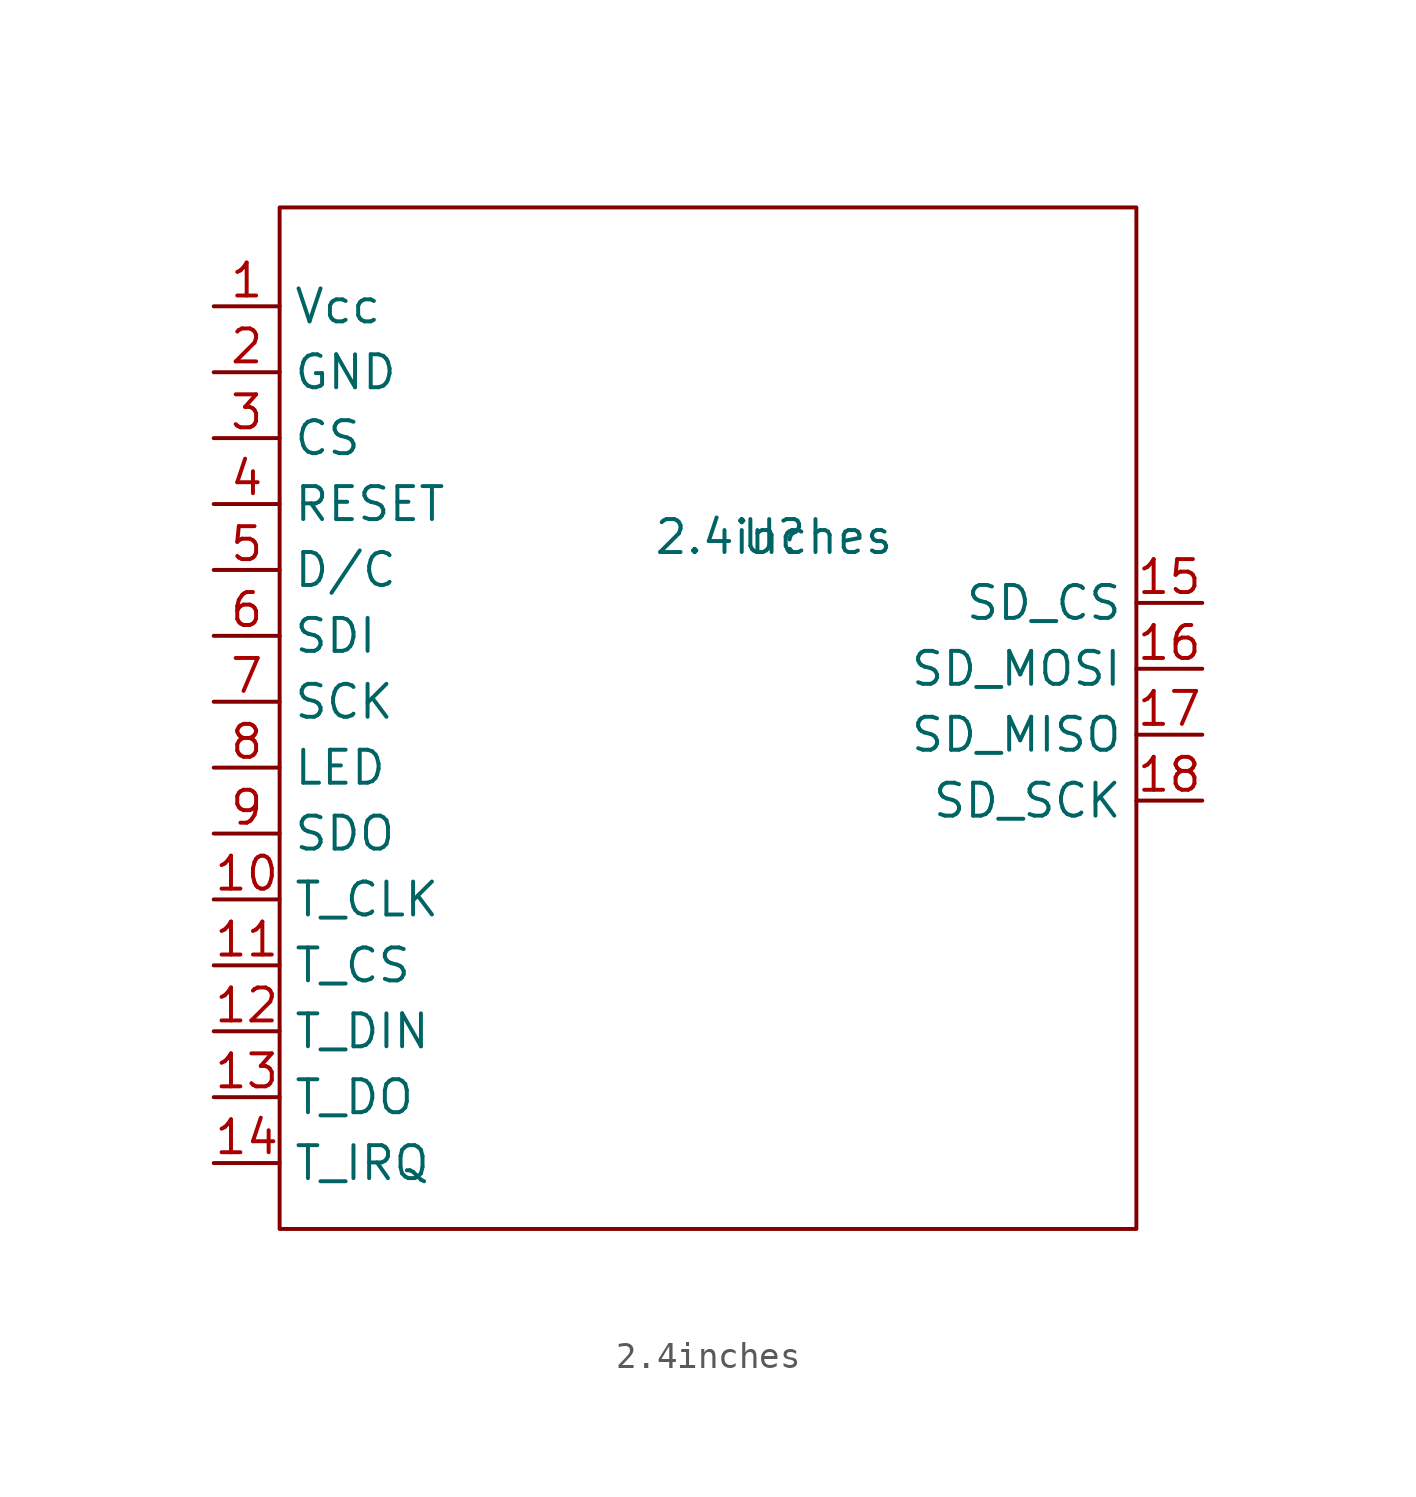
<source format=kicad_sym>
(kicad_symbol_lib
  (version 20211014)
  (generator kicad_symbol_editor)
  (symbol "2.4inches"
    (property "Reference" "U"
      (at 0 0 0)
      (effects (font (size 1.27 1.27))))
    (property "Value" "2.4inches"
      (at 0 0 0)
      (effects (font (size 1.27 1.27))))
    (symbol "2.4inches_0_0"
      (pin power_in line (at -21.59 8.89 0) (length 2.54) (name "Vcc" (effects (font (size 1.27 1.27)))) (number "1" (effects (font (size 1.27 1.27)))))
      (pin input line (at -21.59 -13.97 0) (length 2.54) (name "T_CLK" (effects (font (size 1.27 1.27)))) (number "10" (effects (font (size 1.27 1.27)))))
      (pin input line (at -21.59 -16.51 0) (length 2.54) (name "T_CS" (effects (font (size 1.27 1.27)))) (number "11" (effects (font (size 1.27 1.27)))))
      (pin input line (at -21.59 -19.05 0) (length 2.54) (name "T_DIN" (effects (font (size 1.27 1.27)))) (number "12" (effects (font (size 1.27 1.27)))))
      (pin output line (at -21.59 -21.59 0) (length 2.54) (name "T_DO" (effects (font (size 1.27 1.27)))) (number "13" (effects (font (size 1.27 1.27)))))
      (pin output line (at -21.59 -24.13 0) (length 2.54) (name "T_IRQ" (effects (font (size 1.27 1.27)))) (number "14" (effects (font (size 1.27 1.27)))))
      (pin input line (at 16.51 -2.54 180) (length 2.54) (name "SD_CS" (effects (font (size 1.27 1.27)))) (number "15" (effects (font (size 1.27 1.27)))))
      (pin input line (at 16.51 -5.08 180) (length 2.54) (name "SD_MOSI" (effects (font (size 1.27 1.27)))) (number "16" (effects (font (size 1.27 1.27)))))
      (pin output line (at 16.51 -7.62 180) (length 2.54) (name "SD_MISO" (effects (font (size 1.27 1.27)))) (number "17" (effects (font (size 1.27 1.27)))))
      (pin input line (at 16.51 -10.16 180) (length 2.54) (name "SD_SCK" (effects (font (size 1.27 1.27)))) (number "18" (effects (font (size 1.27 1.27)))))
      (pin power_in line (at -21.59 6.35 0) (length 2.54) (name "GND" (effects (font (size 1.27 1.27)))) (number "2" (effects (font (size 1.27 1.27)))))
      (pin input line (at -21.59 3.81 0) (length 2.54) (name "CS" (effects (font (size 1.27 1.27)))) (number "3" (effects (font (size 1.27 1.27)))))
      (pin input line (at -21.59 1.27 0) (length 2.54) (name "RESET" (effects (font (size 1.27 1.27)))) (number "4" (effects (font (size 1.27 1.27)))))
      (pin input line (at -21.59 -1.27 0) (length 2.54) (name "D/C" (effects (font (size 1.27 1.27)))) (number "5" (effects (font (size 1.27 1.27)))))
      (pin input line (at -21.59 -3.81 0) (length 2.54) (name "SDI" (effects (font (size 1.27 1.27)))) (number "6" (effects (font (size 1.27 1.27)))))
      (pin input line (at -21.59 -6.35 0) (length 2.54) (name "SCK" (effects (font (size 1.27 1.27)))) (number "7" (effects (font (size 1.27 1.27)))))
      (pin input line (at -21.59 -8.89 0) (length 2.54) (name "LED" (effects (font (size 1.27 1.27)))) (number "8" (effects (font (size 1.27 1.27)))))
      (pin output line (at -21.59 -11.43 0) (length 2.54) (name "SDO" (effects (font (size 1.27 1.27)))) (number "9" (effects (font (size 1.27 1.27))))))
    (symbol "2.4inches_0_1"
      (rectangle (start -19.05 12.7) (end 13.97 -26.67) (stroke (width 0.152) (type default) (color 0 0 0 0)) (fill (type none))))))
</source>
